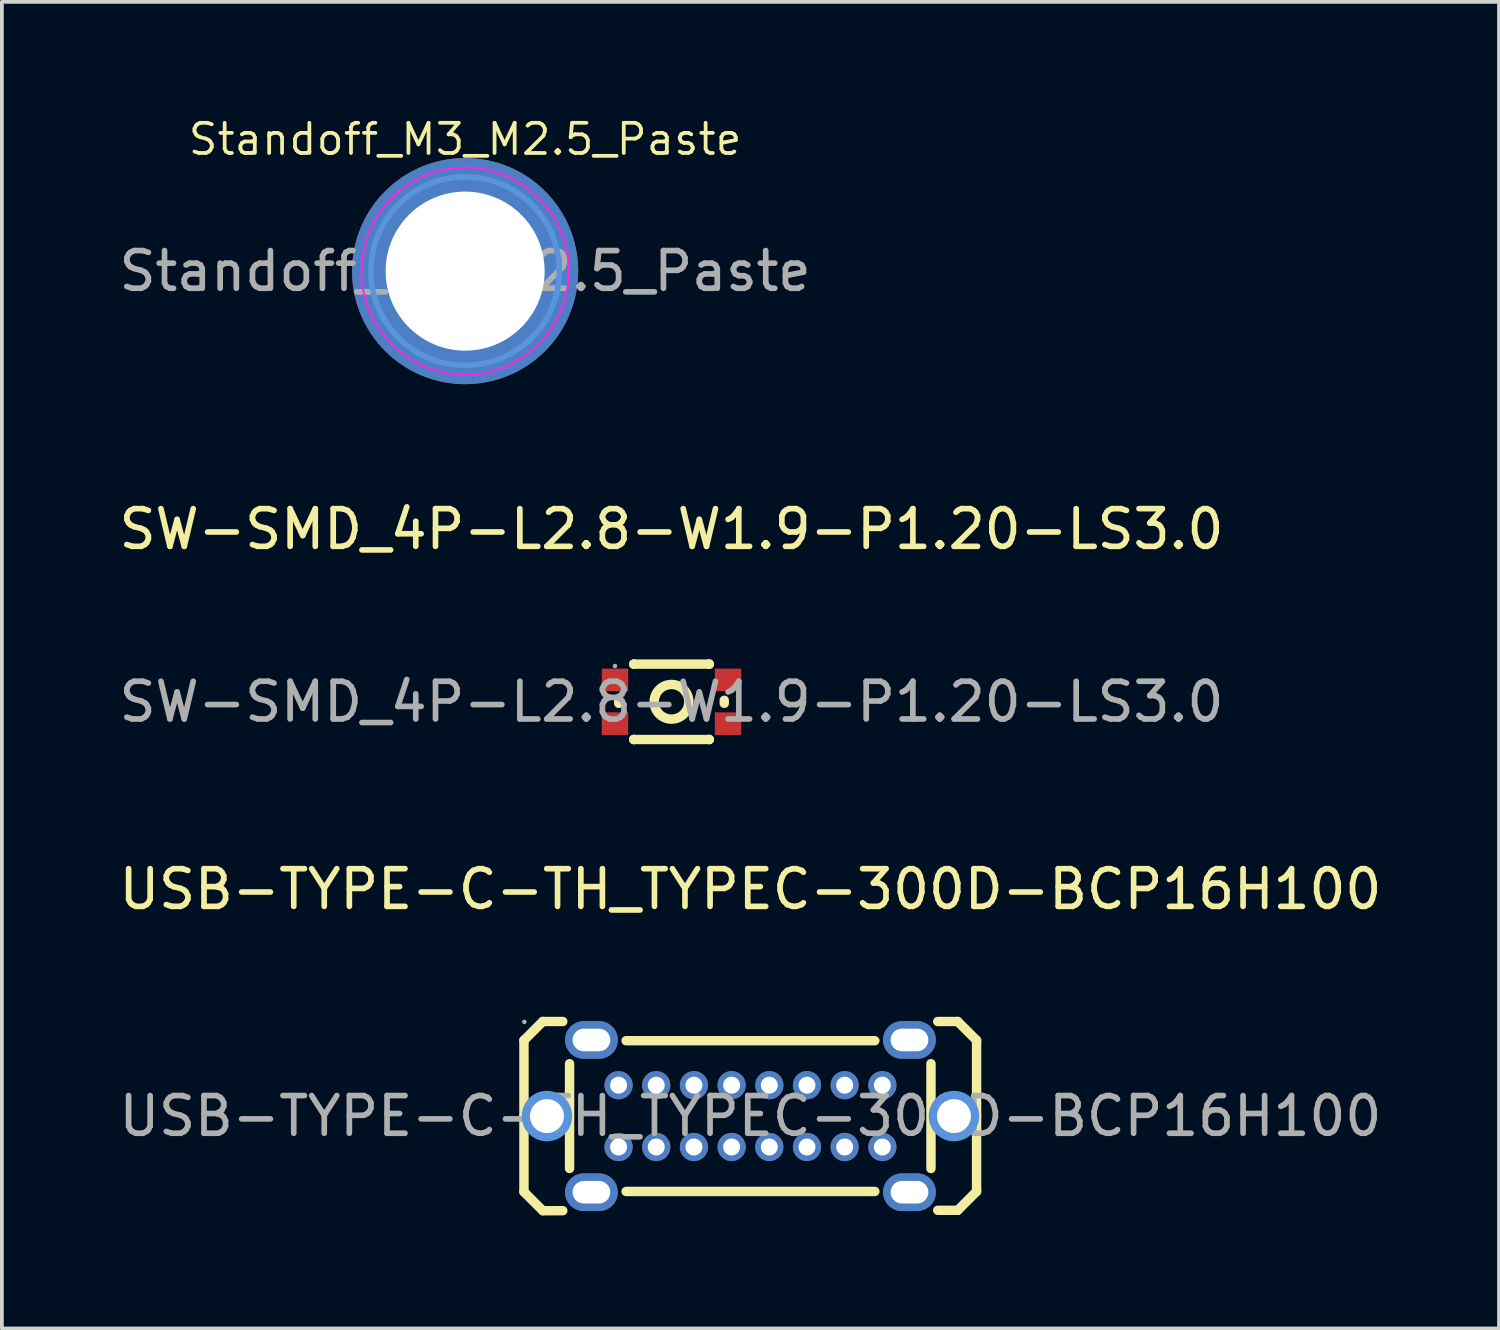
<source format=kicad_pcb>
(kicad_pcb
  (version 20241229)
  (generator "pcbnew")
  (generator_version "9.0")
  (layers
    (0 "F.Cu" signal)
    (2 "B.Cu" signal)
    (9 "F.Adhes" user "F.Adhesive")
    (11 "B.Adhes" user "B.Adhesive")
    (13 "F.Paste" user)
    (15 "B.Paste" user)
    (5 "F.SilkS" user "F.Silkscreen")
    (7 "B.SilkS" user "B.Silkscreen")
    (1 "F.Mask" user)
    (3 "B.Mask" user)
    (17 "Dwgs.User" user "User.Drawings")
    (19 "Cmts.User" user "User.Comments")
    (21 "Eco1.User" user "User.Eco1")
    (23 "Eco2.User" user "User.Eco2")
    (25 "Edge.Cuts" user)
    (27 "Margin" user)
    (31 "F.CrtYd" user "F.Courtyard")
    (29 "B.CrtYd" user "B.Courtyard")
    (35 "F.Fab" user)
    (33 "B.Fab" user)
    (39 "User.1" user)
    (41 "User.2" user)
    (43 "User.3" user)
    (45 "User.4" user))
  (footprint "SW-SMD_4P-L2.8-W1.9-P1.20-LS3.0"
    (layer "F.Cu")
    (at 14.768 15.572)
    (property "Reference" "SW-SMD_4P-L2.8-W1.9-P1.20-LS3.0" (at 0 -4.58 0) (layer "F.SilkS") (effects (font (size 1 1) (thickness 0.15))))
    (attr smd)
    (fp_line (start -1.4 -0.04) (end -1.4 0.04) (stroke (width 0.25) (type solid)) (layer "F.SilkS"))
    (fp_line (start -1 -1) (end -1 -1) (stroke (width 0.25) (type solid)) (layer "F.SilkS"))
    (fp_line (start -1 -1) (end -1 -1) (stroke (width 0.25) (type solid)) (layer "F.SilkS"))
    (fp_line (start -1 -1) (end 1 -1) (stroke (width 0.25) (type solid)) (layer "F.SilkS"))
    (fp_line (start -1 1) (end -1 1) (stroke (width 0.25) (type solid)) (layer "F.SilkS"))
    (fp_line (start -1 1) (end -1 1) (stroke (width 0.25) (type solid)) (layer "F.SilkS"))
    (fp_line (start -1 1) (end 1 1) (stroke (width 0.25) (type solid)) (layer "F.SilkS"))
    (fp_line (start 1 -1) (end 1 -1) (stroke (width 0.25) (type solid)) (layer "F.SilkS"))
    (fp_line (start 1 -1) (end 1 -1) (stroke (width 0.25) (type solid)) (layer "F.SilkS"))
    (fp_line (start 1 1) (end 1 1) (stroke (width 0.25) (type solid)) (layer "F.SilkS"))
    (fp_line (start 1 1) (end 1 1) (stroke (width 0.25) (type solid)) (layer "F.SilkS"))
    (fp_line (start 1.4 -0.04) (end 1.4 0.04) (stroke (width 0.25) (type solid)) (layer "F.SilkS"))
    (fp_circle (center 0 0) (end 0.46 0) (stroke (width 0.25) (type solid)) (fill no) (layer "F.SilkS"))
    (fp_circle (center -1.5 -0.95) (end -1.47 -0.95) (stroke (width 0.06) (type solid)) (fill no) (layer "F.Fab"))
    (fp_text user "${REFERENCE}" (at 0 0 0) (layer "F.Fab") (effects (font (size 1 1) (thickness 0.15))))
    (pad "1" smd rect (at -1.5 -0.58) (size 0.7 0.6) (layers "F.Cu" "F.Mask" "F.Paste"))
    (pad "2" smd rect (at -1.5 0.58) (size 0.7 0.6) (layers "F.Cu" "F.Mask" "F.Paste"))
    (pad "3" smd rect (at 1.5 -0.58) (size 0.7 0.6) (layers "F.Cu" "F.Mask" "F.Paste"))
    (pad "4" smd rect (at 1.5 0.58) (size 0.7 0.6) (layers "F.Cu" "F.Mask" "F.Paste")))
  (footprint "Standoff_M3_M2.5_Paste"
    (layer "F.Cu")
    (at 9.292 4.144)
    (property "Reference" "Standoff_M3_M2.5_Paste" (at 0 -3.5 180) (layer "F.SilkS") (effects (font (size 0.8 0.8) (thickness 0.1))))
    (attr smd)
    (fp_circle (center -2.549 0) (end -2.93 0) (stroke (width 0.1) (type solid)) (fill yes) (layer "F.Paste"))
    (fp_circle (center -1.861 -1.75) (end -2.241 -1.75) (stroke (width 0.1) (type solid)) (fill yes) (layer "F.Paste"))
    (fp_circle (center -1.84 1.77) (end -2.221 1.77) (stroke (width 0.1) (type solid)) (fill yes) (layer "F.Paste"))
    (fp_circle (center 0 2.559) (end 0 2.94) (stroke (width 0.1) (type solid)) (fill yes) (layer "F.Paste"))
    (fp_circle (center 0.01 -2.559) (end 0.391 -2.559) (stroke (width 0.1) (type solid)) (fill yes) (layer "F.Paste"))
    (fp_circle (center 1.769 1.85) (end 1.389 1.85) (stroke (width 0.1) (type solid)) (fill yes) (layer "F.Paste"))
    (fp_circle (center 1.949 -1.65) (end 1.569 -1.65) (stroke (width 0.1) (type solid)) (fill yes) (layer "F.Paste"))
    (fp_circle (center 2.559 0) (end 2.94 0) (stroke (width 0.1) (type solid)) (fill yes) (layer "F.Paste"))
    (fp_circle (center 0 0) (end 2.5 0) (stroke (width 0.15) (type solid)) (fill no) (layer "Cmts.User"))
    (fp_circle (center 0 0) (end 2.75 0) (stroke (width 0.05) (type solid)) (fill no) (layer "F.CrtYd"))
    (fp_text user "${REFERENCE}" (at 0 0 180) (layer "F.Fab") (effects (font (size 1 1) (thickness 0.15))))
    (pad "1" thru_hole circle (at 0 0) (size 6 6) (drill 4.22) (layers "*.Cu" "*.Mask")))
  (footprint "USB-TYPE-C-TH_TYPEC-300D-BCP16H100"
    (layer "F.Cu")
    (at 16.863 26.565)
    (property "Reference" "USB-TYPE-C-TH_TYPEC-300D-BCP16H100" (at 0 -6.02 0) (layer "F.SilkS") (effects (font (size 1 1) (thickness 0.15))))
    (attr through_hole)
    (fp_line (start -6.01 -2.01) (end -6.01 0) (stroke (width 0.25) (type solid)) (layer "F.SilkS"))
    (fp_line (start -6.01 -2.01) (end -5.51 -2.51) (stroke (width 0.25) (type solid)) (layer "F.SilkS"))
    (fp_line (start -6.01 2.01) (end -6.01 0) (stroke (width 0.25) (type solid)) (layer "F.SilkS"))
    (fp_line (start -6.01 2.01) (end -5.51 2.51) (stroke (width 0.25) (type solid)) (layer "F.SilkS"))
    (fp_line (start -5.51 -2.51) (end -4.98 -2.51) (stroke (width 0.25) (type solid)) (layer "F.SilkS"))
    (fp_line (start -5.51 2.51) (end -4.98 2.51) (stroke (width 0.25) (type solid)) (layer "F.SilkS"))
    (fp_line (start -4.8 -1.39) (end -4.8 1.39) (stroke (width 0.25) (type solid)) (layer "F.SilkS"))
    (fp_line (start -3.3 -2) (end 3.3 -2) (stroke (width 0.25) (type solid)) (layer "F.SilkS"))
    (fp_line (start -3.3 2) (end 3.3 2) (stroke (width 0.25) (type solid)) (layer "F.SilkS"))
    (fp_line (start 4.79 1.39) (end 4.79 -1.39) (stroke (width 0.25) (type solid)) (layer "F.SilkS"))
    (fp_line (start 5.5 -2.51) (end 4.97 -2.51) (stroke (width 0.25) (type solid)) (layer "F.SilkS"))
    (fp_line (start 5.5 2.5) (end 4.97 2.5) (stroke (width 0.25) (type solid)) (layer "F.SilkS"))
    (fp_line (start 6 -2.01) (end 5.5 -2.51) (stroke (width 0.25) (type solid)) (layer "F.SilkS"))
    (fp_line (start 6 -2.01) (end 6 -0.01) (stroke (width 0.25) (type solid)) (layer "F.SilkS"))
    (fp_line (start 6 2) (end 5.5 2.5) (stroke (width 0.25) (type solid)) (layer "F.SilkS"))
    (fp_line (start 6 2) (end 6 -0.01) (stroke (width 0.25) (type solid)) (layer "F.SilkS"))
    (fp_circle (center -5.4 0) (end -5.18 0) (stroke (width 0.45) (type solid)) (fill no) (layer "Cmts.User"))
    (fp_circle (center 5.4 0) (end 5.62 0) (stroke (width 0.45) (type solid)) (fill no) (layer "Cmts.User"))
    (fp_circle (center -6 -2.5) (end -5.97 -2.5) (stroke (width 0.06) (type solid)) (fill no) (layer "F.Fab"))
    (fp_text user "${REFERENCE}" (at 0 0 0) (layer "F.Fab") (effects (font (size 1 1) (thickness 0.15))))
    (pad "" thru_hole circle (at -5.4 0) (size 0.9 0.9) (drill 0.9) (layers "*.Cu" "*.Mask"))
    (pad "" thru_hole circle (at 5.4 0) (size 0.9 0.9) (drill 0.9) (layers "*.Cu" "*.Mask"))
    (pad "A1" thru_hole circle (at -3.5 -0.82) (size 0.75 0.75) (drill 0.45) (layers "*.Cu" "*.Mask"))
    (pad "A4" thru_hole circle (at -2.5 -0.82) (size 0.75 0.75) (drill 0.45) (layers "*.Cu" "*.Mask"))
    (pad "A5" thru_hole circle (at -1.5 -0.82) (size 0.75 0.75) (drill 0.45) (layers "*.Cu" "*.Mask"))
    (pad "A6" thru_hole circle (at -0.5 -0.82) (size 0.75 0.75) (drill 0.45) (layers "*.Cu" "*.Mask"))
    (pad "A7" thru_hole circle (at 0.5 -0.82) (size 0.75 0.75) (drill 0.45) (layers "*.Cu" "*.Mask"))
    (pad "A8" thru_hole circle (at 1.5 -0.82) (size 0.75 0.75) (drill 0.45) (layers "*.Cu" "*.Mask"))
    (pad "A9" thru_hole circle (at 2.5 -0.82) (size 0.75 0.75) (drill 0.45) (layers "*.Cu" "*.Mask"))
    (pad "A12" thru_hole circle (at 3.5 -0.82) (size 0.75 0.75) (drill 0.45) (layers "*.Cu" "*.Mask"))
    (pad "B1" thru_hole circle (at 3.5 0.82) (size 0.75 0.75) (drill 0.45) (layers "*.Cu" "*.Mask"))
    (pad "B4" thru_hole circle (at 2.5 0.82) (size 0.75 0.75) (drill 0.45) (layers "*.Cu" "*.Mask"))
    (pad "B5" thru_hole circle (at 1.5 0.82) (size 0.75 0.75) (drill 0.45) (layers "*.Cu" "*.Mask"))
    (pad "B6" thru_hole circle (at 0.5 0.82) (size 0.75 0.75) (drill 0.45) (layers "*.Cu" "*.Mask"))
    (pad "B7" thru_hole circle (at -0.5 0.82) (size 0.75 0.75) (drill 0.45) (layers "*.Cu" "*.Mask"))
    (pad "B8" thru_hole circle (at -1.5 0.82) (size 0.75 0.75) (drill 0.45) (layers "*.Cu" "*.Mask"))
    (pad "B9" thru_hole circle (at -2.5 0.82) (size 0.75 0.75) (drill 0.45) (layers "*.Cu" "*.Mask"))
    (pad "B12" thru_hole circle (at -3.5 0.82) (size 0.75 0.75) (drill 0.45) (layers "*.Cu" "*.Mask"))
    (pad "S1" thru_hole oval (at -4.22 -2.02) (size 1.4 1) (drill oval 1 0.6) (layers "*.Cu" "*.Mask"))
    (pad "S1" thru_hole oval (at -4.22 2.02) (size 1.4 1) (drill oval 1 0.6) (layers "*.Cu" "*.Mask"))
    (pad "S1" thru_hole oval (at 4.22 -2.02) (size 1.4 1) (drill oval 1 0.6) (layers "*.Cu" "*.Mask"))
    (pad "S1" thru_hole oval (at 4.22 2.02) (size 1.4 1) (drill oval 1 0.6) (layers "*.Cu" "*.Mask")))
  (gr_rect
    (start -3 -3)
    (end 36.726 32.2)
    (stroke (width 0.1) (type default))
    (fill no)
    (layer "Edge.Cuts")))
</source>
